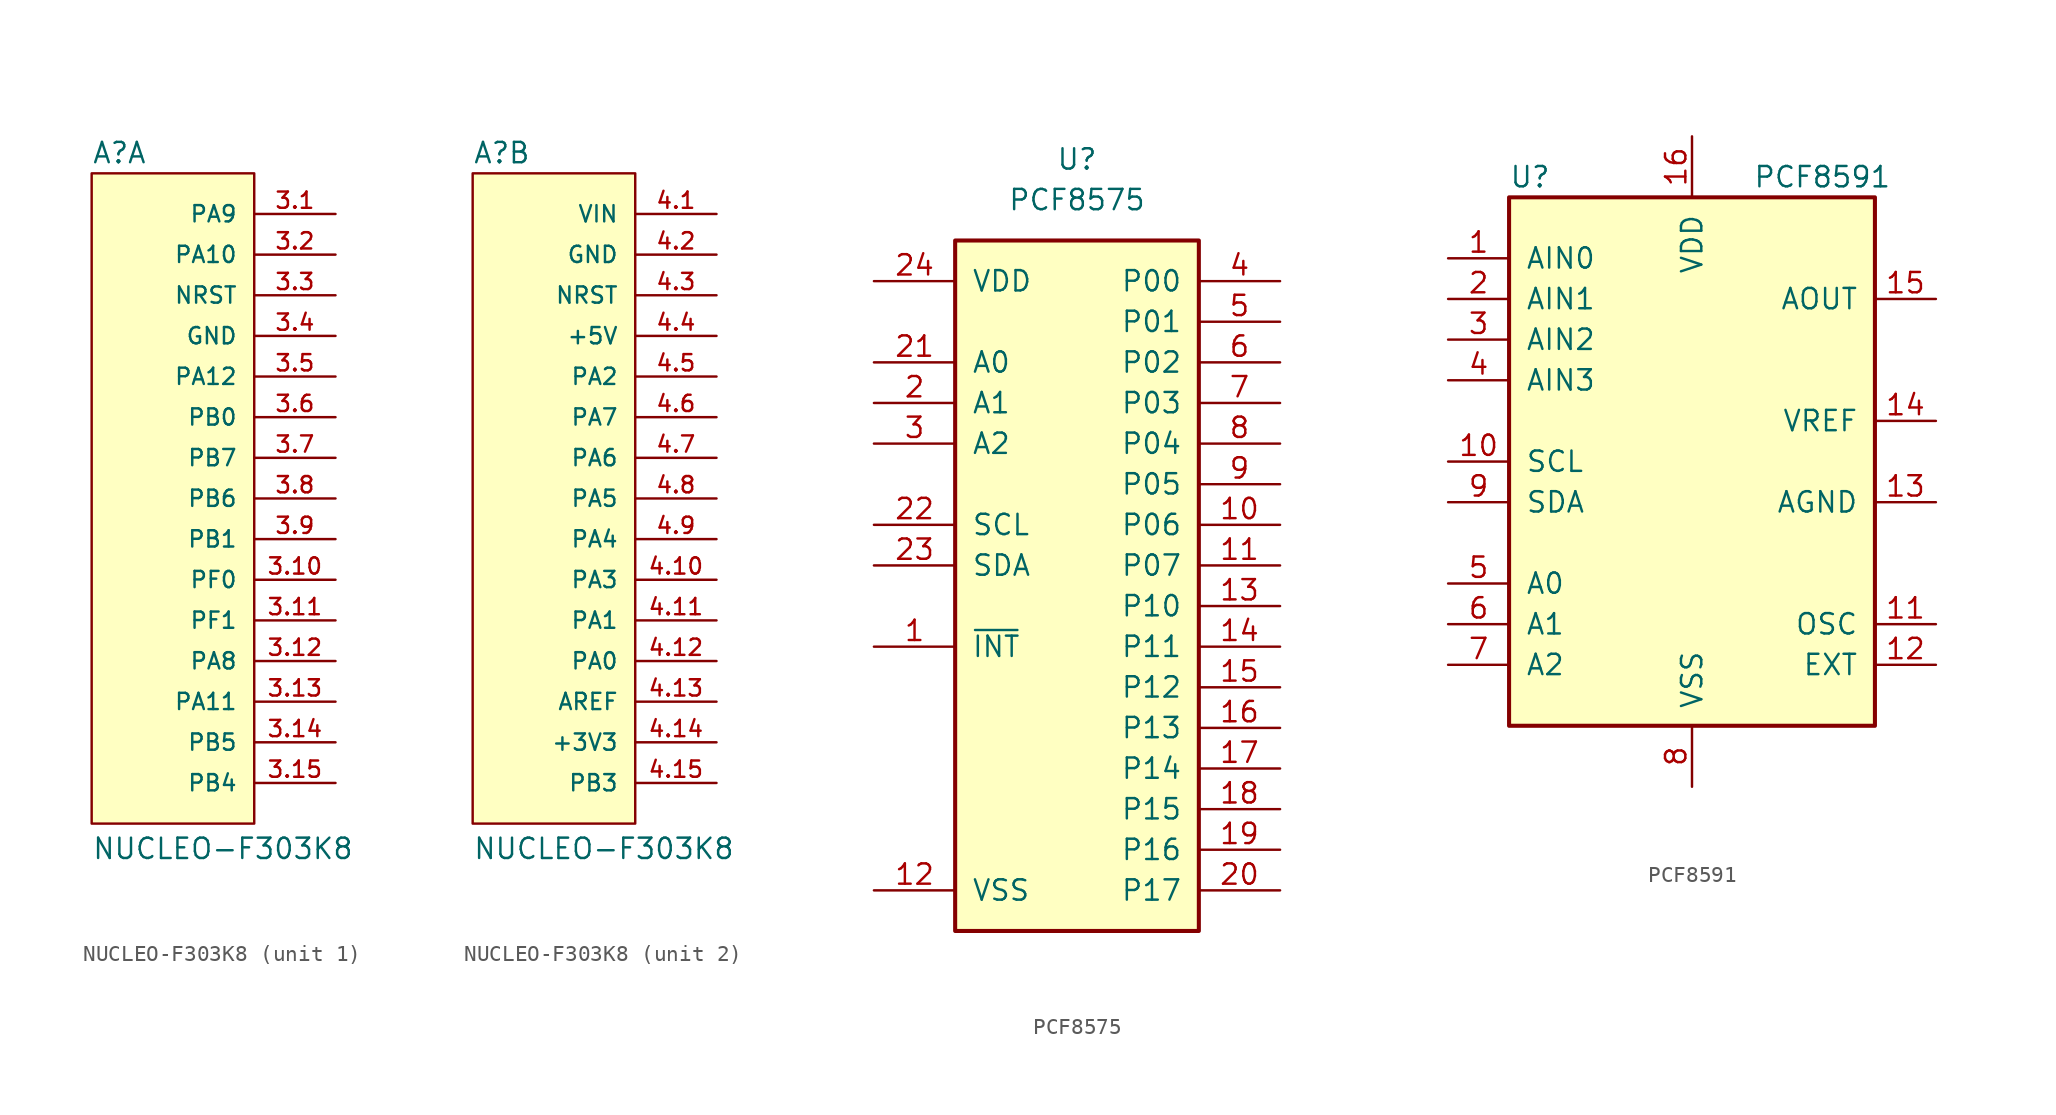
<source format=kicad_sym>
(kicad_symbol_lib
  (version 20211014)
  (generator kicad_symbol_editor)
  (symbol "NUCLEO-F303K8"
    (pin_names
      (offset 1.016))
    (property "Reference" "A"
      (at -5.08 20.853 0)
      (effects (font (size 1.27 1.27)) (justify left bottom)))
    (property "Value" "NUCLEO-F303K8"
      (at -5.08 -22.631 0)
      (effects (font (size 1.27 1.27)) (justify left bottom)))
    (property "ki_locked" ""
      (at 0 0 0)
      (effects (font (size 1.27 1.27))))
    (symbol "NUCLEO-F303K8_1_0"
      (rectangle (start -5.08 -20.32) (end 5.08 20.32) (stroke (width 0.152) (type default) (color 0 0 0 0)) (fill (type background)))
      (pin bidirectional line (at 10.16 17.78 180) (length 5.08) (name "PA9" (effects (font (size 1.016 1.016)))) (number "3.1" (effects (font (size 1.016 1.016)))))
      (pin bidirectional line (at 10.16 -5.08 180) (length 5.08) (name "PF0" (effects (font (size 1.016 1.016)))) (number "3.10" (effects (font (size 1.016 1.016)))))
      (pin bidirectional line (at 10.16 -7.62 180) (length 5.08) (name "PF1" (effects (font (size 1.016 1.016)))) (number "3.11" (effects (font (size 1.016 1.016)))))
      (pin bidirectional line (at 10.16 -10.16 180) (length 5.08) (name "PA8" (effects (font (size 1.016 1.016)))) (number "3.12" (effects (font (size 1.016 1.016)))))
      (pin bidirectional line (at 10.16 -12.7 180) (length 5.08) (name "PA11" (effects (font (size 1.016 1.016)))) (number "3.13" (effects (font (size 1.016 1.016)))))
      (pin bidirectional line (at 10.16 -15.24 180) (length 5.08) (name "PB5" (effects (font (size 1.016 1.016)))) (number "3.14" (effects (font (size 1.016 1.016)))))
      (pin bidirectional line (at 10.16 -17.78 180) (length 5.08) (name "PB4" (effects (font (size 1.016 1.016)))) (number "3.15" (effects (font (size 1.016 1.016)))))
      (pin bidirectional line (at 10.16 15.24 180) (length 5.08) (name "PA10" (effects (font (size 1.016 1.016)))) (number "3.2" (effects (font (size 1.016 1.016)))))
      (pin bidirectional line (at 10.16 12.7 180) (length 5.08) (name "NRST" (effects (font (size 1.016 1.016)))) (number "3.3" (effects (font (size 1.016 1.016)))))
      (pin bidirectional line (at 10.16 10.16 180) (length 5.08) (name "GND" (effects (font (size 1.016 1.016)))) (number "3.4" (effects (font (size 1.016 1.016)))))
      (pin bidirectional line (at 10.16 7.62 180) (length 5.08) (name "PA12" (effects (font (size 1.016 1.016)))) (number "3.5" (effects (font (size 1.016 1.016)))))
      (pin bidirectional line (at 10.16 5.08 180) (length 5.08) (name "PB0" (effects (font (size 1.016 1.016)))) (number "3.6" (effects (font (size 1.016 1.016)))))
      (pin bidirectional line (at 10.16 2.54 180) (length 5.08) (name "PB7" (effects (font (size 1.016 1.016)))) (number "3.7" (effects (font (size 1.016 1.016)))))
      (pin bidirectional line (at 10.16 0 180) (length 5.08) (name "PB6" (effects (font (size 1.016 1.016)))) (number "3.8" (effects (font (size 1.016 1.016)))))
      (pin bidirectional line (at 10.16 -2.54 180) (length 5.08) (name "PB1" (effects (font (size 1.016 1.016)))) (number "3.9" (effects (font (size 1.016 1.016))))))
    (symbol "NUCLEO-F303K8_2_0"
      (rectangle (start -5.08 -20.32) (end 5.08 20.32) (stroke (width 0.152) (type default) (color 0 0 0 0)) (fill (type background)))
      (pin bidirectional line (at 10.16 17.78 180) (length 5.08) (name "VIN" (effects (font (size 1.016 1.016)))) (number "4.1" (effects (font (size 1.016 1.016)))))
      (pin bidirectional line (at 10.16 -5.08 180) (length 5.08) (name "PA3" (effects (font (size 1.016 1.016)))) (number "4.10" (effects (font (size 1.016 1.016)))))
      (pin bidirectional line (at 10.16 -7.62 180) (length 5.08) (name "PA1" (effects (font (size 1.016 1.016)))) (number "4.11" (effects (font (size 1.016 1.016)))))
      (pin bidirectional line (at 10.16 -10.16 180) (length 5.08) (name "PA0" (effects (font (size 1.016 1.016)))) (number "4.12" (effects (font (size 1.016 1.016)))))
      (pin bidirectional line (at 10.16 -12.7 180) (length 5.08) (name "AREF" (effects (font (size 1.016 1.016)))) (number "4.13" (effects (font (size 1.016 1.016)))))
      (pin bidirectional line (at 10.16 -15.24 180) (length 5.08) (name "+3V3" (effects (font (size 1.016 1.016)))) (number "4.14" (effects (font (size 1.016 1.016)))))
      (pin bidirectional line (at 10.16 -17.78 180) (length 5.08) (name "PB3" (effects (font (size 1.016 1.016)))) (number "4.15" (effects (font (size 1.016 1.016)))))
      (pin bidirectional line (at 10.16 15.24 180) (length 5.08) (name "GND" (effects (font (size 1.016 1.016)))) (number "4.2" (effects (font (size 1.016 1.016)))))
      (pin bidirectional line (at 10.16 12.7 180) (length 5.08) (name "NRST" (effects (font (size 1.016 1.016)))) (number "4.3" (effects (font (size 1.016 1.016)))))
      (pin bidirectional line (at 10.16 10.16 180) (length 5.08) (name "+5V" (effects (font (size 1.016 1.016)))) (number "4.4" (effects (font (size 1.016 1.016)))))
      (pin bidirectional line (at 10.16 7.62 180) (length 5.08) (name "PA2" (effects (font (size 1.016 1.016)))) (number "4.5" (effects (font (size 1.016 1.016)))))
      (pin bidirectional line (at 10.16 5.08 180) (length 5.08) (name "PA7" (effects (font (size 1.016 1.016)))) (number "4.6" (effects (font (size 1.016 1.016)))))
      (pin bidirectional line (at 10.16 2.54 180) (length 5.08) (name "PA6" (effects (font (size 1.016 1.016)))) (number "4.7" (effects (font (size 1.016 1.016)))))
      (pin bidirectional line (at 10.16 0 180) (length 5.08) (name "PA5" (effects (font (size 1.016 1.016)))) (number "4.8" (effects (font (size 1.016 1.016)))))
      (pin bidirectional line (at 10.16 -2.54 180) (length 5.08) (name "PA4" (effects (font (size 1.016 1.016)))) (number "4.9" (effects (font (size 1.016 1.016)))))))
  (symbol "PCF8575"
    (pin_names
      (offset 1.016))
    (property "Reference" "U"
      (at 0 7.62 0)
      (effects (font (size 1.27 1.27))))
    (property "Value" "PCF8575"
      (at 0 5.08 0)
      (effects (font (size 1.27 1.27))))
    (symbol "PCF8575_0_1"
      (rectangle (start -7.62 2.54) (end 7.62 -40.64) (stroke (width 0.254) (type default) (color 0 0 0 0)) (fill (type background))))
    (symbol "PCF8575_1_1"
      (pin open_collector line (at -12.7 -22.86 0) (length 5.08) (name "~{INT}" (effects (font (size 1.27 1.27)))) (number "1" (effects (font (size 1.27 1.27)))))
      (pin bidirectional line (at 12.7 -15.24 180) (length 5.08) (name "P06" (effects (font (size 1.27 1.27)))) (number "10" (effects (font (size 1.27 1.27)))))
      (pin bidirectional line (at 12.7 -17.78 180) (length 5.08) (name "P07" (effects (font (size 1.27 1.27)))) (number "11" (effects (font (size 1.27 1.27)))))
      (pin power_in line (at -12.7 -38.1 0) (length 5.08) (name "VSS" (effects (font (size 1.27 1.27)))) (number "12" (effects (font (size 1.27 1.27)))))
      (pin bidirectional line (at 12.7 -20.32 180) (length 5.08) (name "P10" (effects (font (size 1.27 1.27)))) (number "13" (effects (font (size 1.27 1.27)))))
      (pin bidirectional line (at 12.7 -22.86 180) (length 5.08) (name "P11" (effects (font (size 1.27 1.27)))) (number "14" (effects (font (size 1.27 1.27)))))
      (pin bidirectional line (at 12.7 -25.4 180) (length 5.08) (name "P12" (effects (font (size 1.27 1.27)))) (number "15" (effects (font (size 1.27 1.27)))))
      (pin bidirectional line (at 12.7 -27.94 180) (length 5.08) (name "P13" (effects (font (size 1.27 1.27)))) (number "16" (effects (font (size 1.27 1.27)))))
      (pin bidirectional line (at 12.7 -30.48 180) (length 5.08) (name "P14" (effects (font (size 1.27 1.27)))) (number "17" (effects (font (size 1.27 1.27)))))
      (pin bidirectional line (at 12.7 -33.02 180) (length 5.08) (name "P15" (effects (font (size 1.27 1.27)))) (number "18" (effects (font (size 1.27 1.27)))))
      (pin bidirectional line (at 12.7 -35.56 180) (length 5.08) (name "P16" (effects (font (size 1.27 1.27)))) (number "19" (effects (font (size 1.27 1.27)))))
      (pin input line (at -12.7 -7.62 0) (length 5.08) (name "A1" (effects (font (size 1.27 1.27)))) (number "2" (effects (font (size 1.27 1.27)))))
      (pin bidirectional line (at 12.7 -38.1 180) (length 5.08) (name "P17" (effects (font (size 1.27 1.27)))) (number "20" (effects (font (size 1.27 1.27)))))
      (pin input line (at -12.7 -5.08 0) (length 5.08) (name "A0" (effects (font (size 1.27 1.27)))) (number "21" (effects (font (size 1.27 1.27)))))
      (pin input line (at -12.7 -15.24 0) (length 5.08) (name "SCL" (effects (font (size 1.27 1.27)))) (number "22" (effects (font (size 1.27 1.27)))))
      (pin bidirectional line (at -12.7 -17.78 0) (length 5.08) (name "SDA" (effects (font (size 1.27 1.27)))) (number "23" (effects (font (size 1.27 1.27)))))
      (pin power_in line (at -12.7 0 0) (length 5.08) (name "VDD" (effects (font (size 1.27 1.27)))) (number "24" (effects (font (size 1.27 1.27)))))
      (pin input line (at -12.7 -10.16 0) (length 5.08) (name "A2" (effects (font (size 1.27 1.27)))) (number "3" (effects (font (size 1.27 1.27)))))
      (pin bidirectional line (at 12.7 0 180) (length 5.08) (name "P00" (effects (font (size 1.27 1.27)))) (number "4" (effects (font (size 1.27 1.27)))))
      (pin bidirectional line (at 12.7 -2.54 180) (length 5.08) (name "P01" (effects (font (size 1.27 1.27)))) (number "5" (effects (font (size 1.27 1.27)))))
      (pin bidirectional line (at 12.7 -5.08 180) (length 5.08) (name "P02" (effects (font (size 1.27 1.27)))) (number "6" (effects (font (size 1.27 1.27)))))
      (pin bidirectional line (at 12.7 -7.62 180) (length 5.08) (name "P03" (effects (font (size 1.27 1.27)))) (number "7" (effects (font (size 1.27 1.27)))))
      (pin bidirectional line (at 12.7 -10.16 180) (length 5.08) (name "P04" (effects (font (size 1.27 1.27)))) (number "8" (effects (font (size 1.27 1.27)))))
      (pin bidirectional line (at 12.7 -12.7 180) (length 5.08) (name "P05" (effects (font (size 1.27 1.27)))) (number "9" (effects (font (size 1.27 1.27)))))))
  (symbol "PCF8591"
    (pin_names
      (offset 1.016))
    (property "Reference" "U"
      (at -11.43 17.78 0)
      (effects (font (size 1.27 1.27)) (justify left)))
    (property "Value" "PCF8591"
      (at 3.81 17.78 0)
      (effects (font (size 1.27 1.27)) (justify left)))
    (symbol "PCF8591_0_1"
      (rectangle (start -11.43 -16.51) (end 11.43 16.51) (stroke (width 0.254) (type default) (color 0 0 0 0)) (fill (type background))))
    (symbol "PCF8591_1_1"
      (pin passive line (at -15.24 12.7 0) (length 3.81) (name "AIN0" (effects (font (size 1.27 1.27)))) (number "1" (effects (font (size 1.27 1.27)))))
      (pin input line (at -15.24 0 0) (length 3.81) (name "SCL" (effects (font (size 1.27 1.27)))) (number "10" (effects (font (size 1.27 1.27)))))
      (pin bidirectional line (at 15.24 -10.16 180) (length 3.81) (name "OSC" (effects (font (size 1.27 1.27)))) (number "11" (effects (font (size 1.27 1.27)))))
      (pin input line (at 15.24 -12.7 180) (length 3.81) (name "EXT" (effects (font (size 1.27 1.27)))) (number "12" (effects (font (size 1.27 1.27)))))
      (pin power_in line (at 15.24 -2.54 180) (length 3.81) (name "AGND" (effects (font (size 1.27 1.27)))) (number "13" (effects (font (size 1.27 1.27)))))
      (pin passive line (at 15.24 2.54 180) (length 3.81) (name "VREF" (effects (font (size 1.27 1.27)))) (number "14" (effects (font (size 1.27 1.27)))))
      (pin passive line (at 15.24 10.16 180) (length 3.81) (name "AOUT" (effects (font (size 1.27 1.27)))) (number "15" (effects (font (size 1.27 1.27)))))
      (pin power_in line (at 0 20.32 270) (length 3.81) (name "VDD" (effects (font (size 1.27 1.27)))) (number "16" (effects (font (size 1.27 1.27)))))
      (pin passive line (at -15.24 10.16 0) (length 3.81) (name "AIN1" (effects (font (size 1.27 1.27)))) (number "2" (effects (font (size 1.27 1.27)))))
      (pin passive line (at -15.24 7.62 0) (length 3.81) (name "AIN2" (effects (font (size 1.27 1.27)))) (number "3" (effects (font (size 1.27 1.27)))))
      (pin passive line (at -15.24 5.08 0) (length 3.81) (name "AIN3" (effects (font (size 1.27 1.27)))) (number "4" (effects (font (size 1.27 1.27)))))
      (pin input line (at -15.24 -7.62 0) (length 3.81) (name "A0" (effects (font (size 1.27 1.27)))) (number "5" (effects (font (size 1.27 1.27)))))
      (pin input line (at -15.24 -10.16 0) (length 3.81) (name "A1" (effects (font (size 1.27 1.27)))) (number "6" (effects (font (size 1.27 1.27)))))
      (pin input line (at -15.24 -12.7 0) (length 3.81) (name "A2" (effects (font (size 1.27 1.27)))) (number "7" (effects (font (size 1.27 1.27)))))
      (pin power_in line (at 0 -20.32 90) (length 3.81) (name "VSS" (effects (font (size 1.27 1.27)))) (number "8" (effects (font (size 1.27 1.27)))))
      (pin bidirectional line (at -15.24 -2.54 0) (length 3.81) (name "SDA" (effects (font (size 1.27 1.27)))) (number "9" (effects (font (size 1.27 1.27))))))))
</source>
